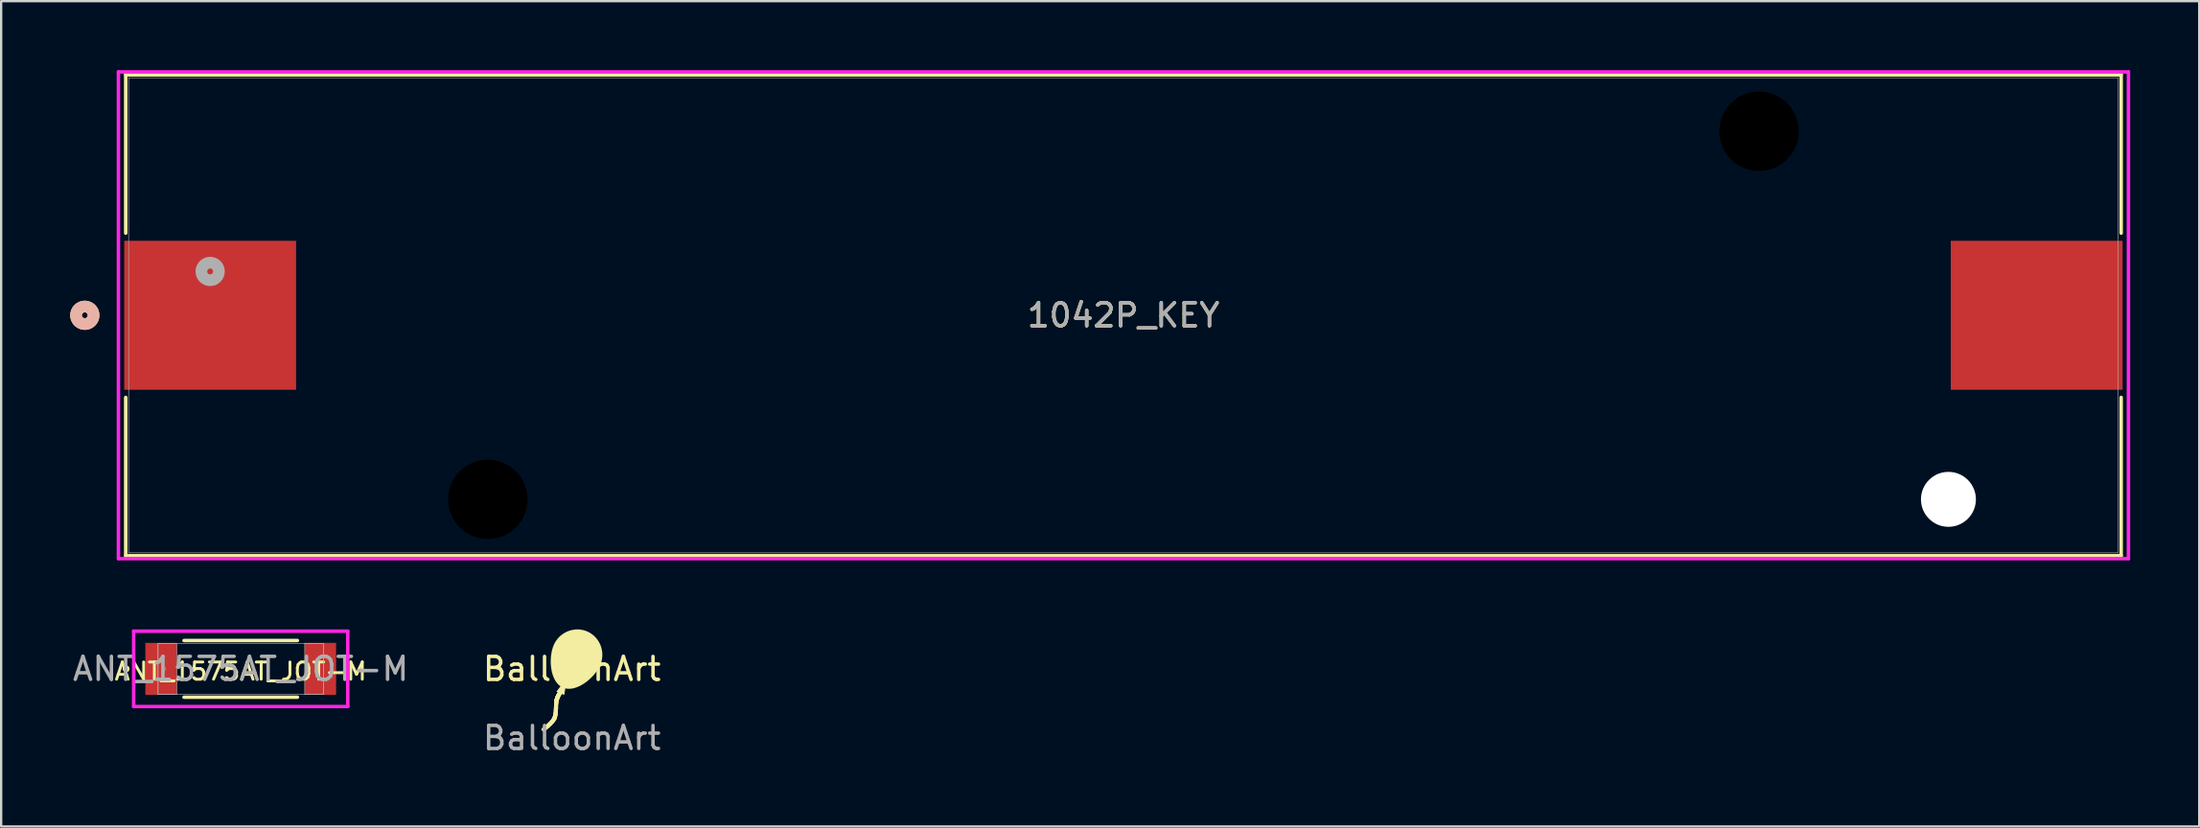
<source format=kicad_pcb>
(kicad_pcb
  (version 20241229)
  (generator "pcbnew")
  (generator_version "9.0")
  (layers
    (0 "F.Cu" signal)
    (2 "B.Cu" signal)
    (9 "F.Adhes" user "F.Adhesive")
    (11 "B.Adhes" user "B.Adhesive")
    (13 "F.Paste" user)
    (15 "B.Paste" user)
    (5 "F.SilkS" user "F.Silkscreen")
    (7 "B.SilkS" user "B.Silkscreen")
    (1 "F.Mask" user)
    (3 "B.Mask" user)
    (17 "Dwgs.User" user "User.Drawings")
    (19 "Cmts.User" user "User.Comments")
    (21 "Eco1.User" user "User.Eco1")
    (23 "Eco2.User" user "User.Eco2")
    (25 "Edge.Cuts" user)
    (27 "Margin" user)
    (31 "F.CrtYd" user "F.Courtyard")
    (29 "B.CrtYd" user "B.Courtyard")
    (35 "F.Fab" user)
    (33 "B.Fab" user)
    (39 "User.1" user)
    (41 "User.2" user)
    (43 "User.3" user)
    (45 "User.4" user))
  (footprint "1042P_KEY"
    (layer "F.Cu")
    (at 45.771 10.655)
    (property "Reference" "1042P_KEY" (at 0 0 0) (unlocked yes) (layer "F.SilkS") (effects (font (size 1 1) (thickness 0.15))))
    (attr smd)
    (fp_line (start -43.358 -10.452) (end -43.358 -3.571) (stroke (width 0.152) (type solid)) (layer "F.SilkS"))
    (fp_line (start -43.358 3.571) (end -43.358 10.452) (stroke (width 0.152) (type solid)) (layer "F.SilkS"))
    (fp_line (start -43.358 10.452) (end 43.358 10.452) (stroke (width 0.152) (type solid)) (layer "F.SilkS"))
    (fp_line (start 43.358 -10.452) (end -43.358 -10.452) (stroke (width 0.152) (type solid)) (layer "F.SilkS"))
    (fp_line (start 43.358 -3.571) (end 43.358 -10.452) (stroke (width 0.152) (type solid)) (layer "F.SilkS"))
    (fp_line (start 43.358 10.452) (end 43.358 3.571) (stroke (width 0.152) (type solid)) (layer "F.SilkS"))
    (fp_circle (center -45.136 0) (end -44.755 0) (stroke (width 0.508) (type solid)) (fill no) (layer "F.SilkS"))
    (fp_circle (center -45.136 0) (end -44.755 0) (stroke (width 0.508) (type solid)) (fill no) (layer "B.SilkS"))
    (fp_line (start -43.675 -10.579) (end -43.675 10.579) (stroke (width 0.152) (type solid)) (layer "F.CrtYd"))
    (fp_line (start -43.675 10.579) (end 43.675 10.579) (stroke (width 0.152) (type solid)) (layer "F.CrtYd"))
    (fp_line (start 43.675 -10.579) (end -43.675 -10.579) (stroke (width 0.152) (type solid)) (layer "F.CrtYd"))
    (fp_line (start 43.675 10.579) (end 43.675 -10.579) (stroke (width 0.152) (type solid)) (layer "F.CrtYd"))
    (fp_line (start -43.231 -10.325) (end -43.231 10.325) (stroke (width 0.025) (type solid)) (layer "F.Fab"))
    (fp_line (start -43.231 10.325) (end 43.231 10.325) (stroke (width 0.025) (type solid)) (layer "F.Fab"))
    (fp_line (start 43.231 -10.325) (end -43.231 -10.325) (stroke (width 0.025) (type solid)) (layer "F.Fab"))
    (fp_line (start 43.231 10.325) (end 43.231 -10.325) (stroke (width 0.025) (type solid)) (layer "F.Fab"))
    (fp_circle (center -39.688 -1.905) (end -39.306 -1.905) (stroke (width 0.508) (type solid)) (fill no) (layer "F.Fab"))
    (fp_text user "${REFERENCE}" (at 0 0 0) (unlocked yes) (layer "F.Fab") (effects (font (size 1 1) (thickness 0.15))))
    (pad "" np_thru_hole circle (at -27.622 8.001) (size 3.454 3.454) (drill 3.454) (layers))
    (pad "" np_thru_hole circle (at 27.622 -8.001) (size 3.454 3.454) (drill 3.454) (layers))
    (pad "" np_thru_hole circle (at 35.852 8.001) (size 2.388 2.388) (drill 2.388) (layers "*.Cu" "*.Mask"))
    (pad "1" smd rect (at -39.688 0) (size 7.468 6.477) (layers "F.Cu" "F.Mask" "F.Paste"))
    (pad "2" smd rect (at 39.688 0) (size 7.468 6.477) (layers "F.Cu" "F.Mask" "F.Paste")))
  (footprint "ANT_1575AT_JOT-M"
    (layer "F.Cu")
    (at 7.411 26.025)
    (property "Reference" "ANT_1575AT_JOT-M" (at -0.003 0.11 0) (layer "F.SilkS") (effects (font (size 0.75 0.75) (thickness 0.125))))
    (attr smd)
    (fp_line (start -2.465 1.232) (end 2.465 1.232) (stroke (width 0.15) (type solid)) (layer "F.SilkS"))
    (fp_line (start 2.465 -1.232) (end -2.465 -1.232) (stroke (width 0.15) (type solid)) (layer "F.SilkS"))
    (fp_circle (center -4.982 0) (end -4.906 0) (stroke (width 0.15) (type solid)) (fill no) (layer "F.SilkS"))
    (fp_line (start -4.652 -1.638) (end 4.652 -1.638) (stroke (width 0.152) (type solid)) (layer "F.CrtYd"))
    (fp_line (start -4.652 1.638) (end -4.652 -1.638) (stroke (width 0.152) (type solid)) (layer "F.CrtYd"))
    (fp_line (start 4.652 -1.638) (end 4.652 1.638) (stroke (width 0.152) (type solid)) (layer "F.CrtYd"))
    (fp_line (start 4.652 1.638) (end -4.652 1.638) (stroke (width 0.152) (type solid)) (layer "F.CrtYd"))
    (fp_line (start -3.594 -1.105) (end -3.594 1.105) (stroke (width 0.025) (type solid)) (layer "F.Fab"))
    (fp_line (start -3.594 -1.105) (end -3.594 1.105) (stroke (width 0.025) (type solid)) (layer "F.Fab"))
    (fp_line (start -3.594 1.105) (end -2.781 1.105) (stroke (width 0.025) (type solid)) (layer "F.Fab"))
    (fp_line (start -3.594 1.105) (end 3.594 1.105) (stroke (width 0.025) (type solid)) (layer "F.Fab"))
    (fp_line (start -2.781 -1.105) (end -3.594 -1.105) (stroke (width 0.025) (type solid)) (layer "F.Fab"))
    (fp_line (start -2.781 1.105) (end -2.781 -1.105) (stroke (width 0.025) (type solid)) (layer "F.Fab"))
    (fp_line (start 2.781 -1.105) (end 2.781 1.105) (stroke (width 0.025) (type solid)) (layer "F.Fab"))
    (fp_line (start 2.781 1.105) (end 3.594 1.105) (stroke (width 0.025) (type solid)) (layer "F.Fab"))
    (fp_line (start 3.594 -1.105) (end -3.594 -1.105) (stroke (width 0.025) (type solid)) (layer "F.Fab"))
    (fp_line (start 3.594 -1.105) (end 2.781 -1.105) (stroke (width 0.025) (type solid)) (layer "F.Fab"))
    (fp_line (start 3.594 1.105) (end 3.594 -1.105) (stroke (width 0.025) (type solid)) (layer "F.Fab"))
    (fp_line (start 3.594 1.105) (end 3.594 -1.105) (stroke (width 0.025) (type solid)) (layer "F.Fab"))
    (fp_circle (center -3.336 0) (end -3.26 0) (stroke (width 0.025) (type solid)) (fill no) (layer "F.Fab"))
    (fp_text user "${REFERENCE}" (at 0 0 0) (unlocked yes) (layer "F.Fab") (effects (font (size 1 1) (thickness 0.15))))
    (pad "1" smd rect (at -3.463 0) (size 1.363 2.26) (layers "F.Cu" "F.Mask" "F.Paste"))
    (pad "2" smd rect (at 3.463 0) (size 1.363 2.26) (layers "F.Cu" "F.Mask" "F.Paste"))
    (zone (net_name "") (layer "F.Cu") (hatch full 0.508) (connect_pads) (min_thickness 0.254) (filled_areas_thickness no) (keepout (tracks not_allowed) (vias not_allowed) (pads allowed) (copperpour not_allowed) (footprints allowed)) (placement (enabled no)) (fill) (polygon (pts (xy 4.68 24.971) (xy 10.141 24.971) (xy 10.141 27.079) (xy 4.68 27.079)))))
  (footprint "BalloonArt"
    (layer "F.Cu")
    (at 21.804 26.529)
    (property "Reference" "BalloonArt" (at 0 -0.5 0) (unlocked yes) (layer "F.SilkS") (effects (font (size 1 1) (thickness 0.15))))
    (attr board_only exclude_from_bom)
    (fp_line (start -1.163 2.076) (end -1.23 2.127) (stroke (width 0.182) (type solid)) (layer "F.SilkS"))
    (fp_line (start -1.093 2.018) (end -1.163 2.076) (stroke (width 0.182) (type solid)) (layer "F.SilkS"))
    (fp_line (start -1.052 1.983) (end -1.093 2.018) (stroke (width 0.182) (type solid)) (layer "F.SilkS"))
    (fp_line (start -1.01 1.945) (end -1.052 1.983) (stroke (width 0.182) (type solid)) (layer "F.SilkS"))
    (fp_line (start -0.967 1.905) (end -1.01 1.945) (stroke (width 0.182) (type solid)) (layer "F.SilkS"))
    (fp_line (start -0.924 1.862) (end -0.967 1.905) (stroke (width 0.182) (type solid)) (layer "F.SilkS"))
    (fp_line (start -0.883 1.818) (end -0.924 1.862) (stroke (width 0.182) (type solid)) (layer "F.SilkS"))
    (fp_line (start -0.844 1.772) (end -0.883 1.818) (stroke (width 0.182) (type solid)) (layer "F.SilkS"))
    (fp_line (start -0.81 1.726) (end -0.844 1.772) (stroke (width 0.182) (type solid)) (layer "F.SilkS"))
    (fp_line (start -0.794 1.703) (end -0.81 1.726) (stroke (width 0.182) (type solid)) (layer "F.SilkS"))
    (fp_line (start -0.78 1.681) (end -0.794 1.703) (stroke (width 0.182) (type solid)) (layer "F.SilkS"))
    (fp_line (start -0.767 1.658) (end -0.78 1.681) (stroke (width 0.182) (type solid)) (layer "F.SilkS"))
    (fp_line (start -0.756 1.635) (end -0.767 1.658) (stroke (width 0.182) (type solid)) (layer "F.SilkS"))
    (fp_line (start -0.747 1.613) (end -0.756 1.635) (stroke (width 0.182) (type solid)) (layer "F.SilkS"))
    (fp_line (start -0.74 1.591) (end -0.747 1.613) (stroke (width 0.182) (type solid)) (layer "F.SilkS"))
    (fp_line (start -0.74 1.591) (end -0.74 1.591) (stroke (width 0.182) (type solid)) (layer "F.SilkS"))
    (fp_line (start -0.73 1.553) (end -0.74 1.591) (stroke (width 0.182) (type solid)) (layer "F.SilkS"))
    (fp_line (start -0.722 1.511) (end -0.73 1.553) (stroke (width 0.182) (type solid)) (layer "F.SilkS"))
    (fp_line (start -0.715 1.465) (end -0.722 1.511) (stroke (width 0.182) (type solid)) (layer "F.SilkS"))
    (fp_line (start -0.709 1.416) (end -0.715 1.465) (stroke (width 0.182) (type solid)) (layer "F.SilkS"))
    (fp_line (start -0.7 1.312) (end -0.709 1.416) (stroke (width 0.182) (type solid)) (layer "F.SilkS"))
    (fp_line (start -0.693 1.205) (end -0.7 1.312) (stroke (width 0.182) (type solid)) (layer "F.SilkS"))
    (fp_line (start -0.682 1.005) (end -0.693 1.205) (stroke (width 0.182) (type solid)) (layer "F.SilkS"))
    (fp_line (start -0.675 0.924) (end -0.682 1.005) (stroke (width 0.182) (type solid)) (layer "F.SilkS"))
    (fp_line (start -0.671 0.89) (end -0.675 0.924) (stroke (width 0.182) (type solid)) (layer "F.SilkS"))
    (fp_line (start -0.666 0.862) (end -0.671 0.89) (stroke (width 0.182) (type solid)) (layer "F.SilkS"))
    (fp_line (start -0.666 0.862) (end -0.666 0.862) (stroke (width 0.182) (type solid)) (layer "F.SilkS"))
    (fp_line (start -0.661 0.842) (end -0.666 0.862) (stroke (width 0.182) (type solid)) (layer "F.SilkS"))
    (fp_line (start -0.656 0.823) (end -0.661 0.842) (stroke (width 0.182) (type solid)) (layer "F.SilkS"))
    (fp_line (start -0.65 0.804) (end -0.656 0.823) (stroke (width 0.182) (type solid)) (layer "F.SilkS"))
    (fp_line (start -0.644 0.785) (end -0.65 0.804) (stroke (width 0.182) (type solid)) (layer "F.SilkS"))
    (fp_line (start -0.638 0.767) (end -0.644 0.785) (stroke (width 0.182) (type solid)) (layer "F.SilkS"))
    (fp_line (start -0.632 0.75) (end -0.638 0.767) (stroke (width 0.182) (type solid)) (layer "F.SilkS"))
    (fp_line (start -0.625 0.732) (end -0.632 0.75) (stroke (width 0.182) (type solid)) (layer "F.SilkS"))
    (fp_line (start -0.618 0.716) (end -0.625 0.732) (stroke (width 0.182) (type solid)) (layer "F.SilkS"))
    (fp_line (start -0.61 0.7) (end -0.618 0.716) (stroke (width 0.182) (type solid)) (layer "F.SilkS"))
    (fp_line (start -0.603 0.684) (end -0.61 0.7) (stroke (width 0.182) (type solid)) (layer "F.SilkS"))
    (fp_line (start -0.596 0.669) (end -0.603 0.684) (stroke (width 0.182) (type solid)) (layer "F.SilkS"))
    (fp_line (start -0.588 0.654) (end -0.596 0.669) (stroke (width 0.182) (type solid)) (layer "F.SilkS"))
    (fp_line (start -0.573 0.627) (end -0.588 0.654) (stroke (width 0.182) (type solid)) (layer "F.SilkS"))
    (fp_line (start -0.558 0.602) (end -0.573 0.627) (stroke (width 0.182) (type solid)) (layer "F.SilkS"))
    (fp_line (start -0.544 0.579) (end -0.558 0.602) (stroke (width 0.182) (type solid)) (layer "F.SilkS"))
    (fp_line (start -0.53 0.559) (end -0.544 0.579) (stroke (width 0.182) (type solid)) (layer "F.SilkS"))
    (fp_line (start -0.518 0.542) (end -0.53 0.559) (stroke (width 0.182) (type solid)) (layer "F.SilkS"))
    (fp_line (start -0.507 0.527) (end -0.518 0.542) (stroke (width 0.182) (type solid)) (layer "F.SilkS"))
    (fp_line (start -0.492 0.508) (end -0.507 0.527) (stroke (width 0.182) (type solid)) (layer "F.SilkS"))
    (fp_line (start -0.486 0.501) (end -0.492 0.508) (stroke (width 0.182) (type solid)) (layer "F.SilkS"))
    (fp_poly (pts (xy -0.336 0.631) (xy -0.672 0.485) (xy -0.442 0.186) (xy -0.274 0.259) (xy -0.336 0.631)) (stroke (width 0.003) (type solid)) (fill yes) (layer "F.SilkS"))
    (fp_poly (pts (xy 0.239 -2.217) (xy 0.159 -2.214) (xy 0.079 -2.205) (xy 0.001 -2.191) (xy -0.076 -2.171) (xy -0.152 -2.146) (xy -0.226 -2.115) (xy -0.297 -2.079) (xy -0.366 -2.038) (xy -0.432 -1.992) (xy -0.495 -1.941) (xy -0.554 -1.886) (xy -0.61 -1.826) (xy -0.661 -1.761) (xy -0.708 -1.692) (xy -0.75 -1.619) (xy -0.788 -1.542) (xy -0.829 -1.433) (xy -0.863 -1.314) (xy -0.89 -1.187) (xy -0.908 -1.054) (xy -0.918 -0.918) (xy -0.92 -0.779) (xy -0.912 -0.64) (xy -0.895 -0.503) (xy -0.869 -0.37) (xy -0.833 -0.241) (xy -0.787 -0.121) (xy -0.76 -0.064) (xy -0.73 -0.009) (xy -0.698 0.042) (xy -0.663 0.091) (xy -0.625 0.137) (xy -0.585 0.179) (xy -0.542 0.217) (xy -0.495 0.251) (xy -0.446 0.281) (xy -0.394 0.307) (xy -0.34 0.327) (xy -0.285 0.343) (xy -0.228 0.353) (xy -0.171 0.359) (xy -0.112 0.36) (xy -0.053 0.357) (xy 0.006 0.349) (xy 0.066 0.338) (xy 0.126 0.322) (xy 0.186 0.303) (xy 0.246 0.28) (xy 0.306 0.254) (xy 0.365 0.225) (xy 0.424 0.194) (xy 0.54 0.122) (xy 0.652 0.041) (xy 0.758 -0.049) (xy 0.859 -0.144) (xy 0.952 -0.245) (xy 1.037 -0.348) (xy 1.111 -0.454) (xy 1.175 -0.56) (xy 1.227 -0.665) (xy 1.248 -0.718) (xy 1.267 -0.771) (xy 1.283 -0.825) (xy 1.296 -0.879) (xy 1.306 -0.934) (xy 1.313 -0.988) (xy 1.318 -1.042) (xy 1.32 -1.097) (xy 1.32 -1.151) (xy 1.317 -1.205) (xy 1.311 -1.258) (xy 1.303 -1.311) (xy 1.292 -1.364) (xy 1.279 -1.415) (xy 1.264 -1.466) (xy 1.246 -1.517) (xy 1.225 -1.566) (xy 1.203 -1.614) (xy 1.178 -1.661) (xy 1.151 -1.707) (xy 1.122 -1.752) (xy 1.09 -1.795) (xy 1.057 -1.836) (xy 1.021 -1.876) (xy 0.984 -1.915) (xy 0.944 -1.951) (xy 0.902 -1.986) (xy 0.859 -2.018) (xy 0.813 -2.049) (xy 0.766 -2.078) (xy 0.717 -2.104) (xy 0.665 -2.128) (xy 0.639 -2.138) (xy 0.613 -2.149) (xy 0.587 -2.158) (xy 0.561 -2.167) (xy 0.534 -2.175) (xy 0.507 -2.182) (xy 0.481 -2.189) (xy 0.454 -2.195) (xy 0.427 -2.2) (xy 0.4 -2.204) (xy 0.374 -2.208) (xy 0.347 -2.211) (xy 0.32 -2.214) (xy 0.293 -2.215) (xy 0.266 -2.216) (xy 0.239 -2.217)) (stroke (width 0.003) (type solid)) (fill yes) (layer "F.SilkS"))
    (fp_text user "${REFERENCE}" (at 0 2.5 0) (unlocked yes) (layer "F.Fab") (effects (font (size 1 1) (thickness 0.15)))))
  (gr_rect
    (start -3 -3)
    (end 92.522 32.877)
    (stroke (width 0.1) (type default))
    (fill no)
    (layer "Edge.Cuts")))
</source>
